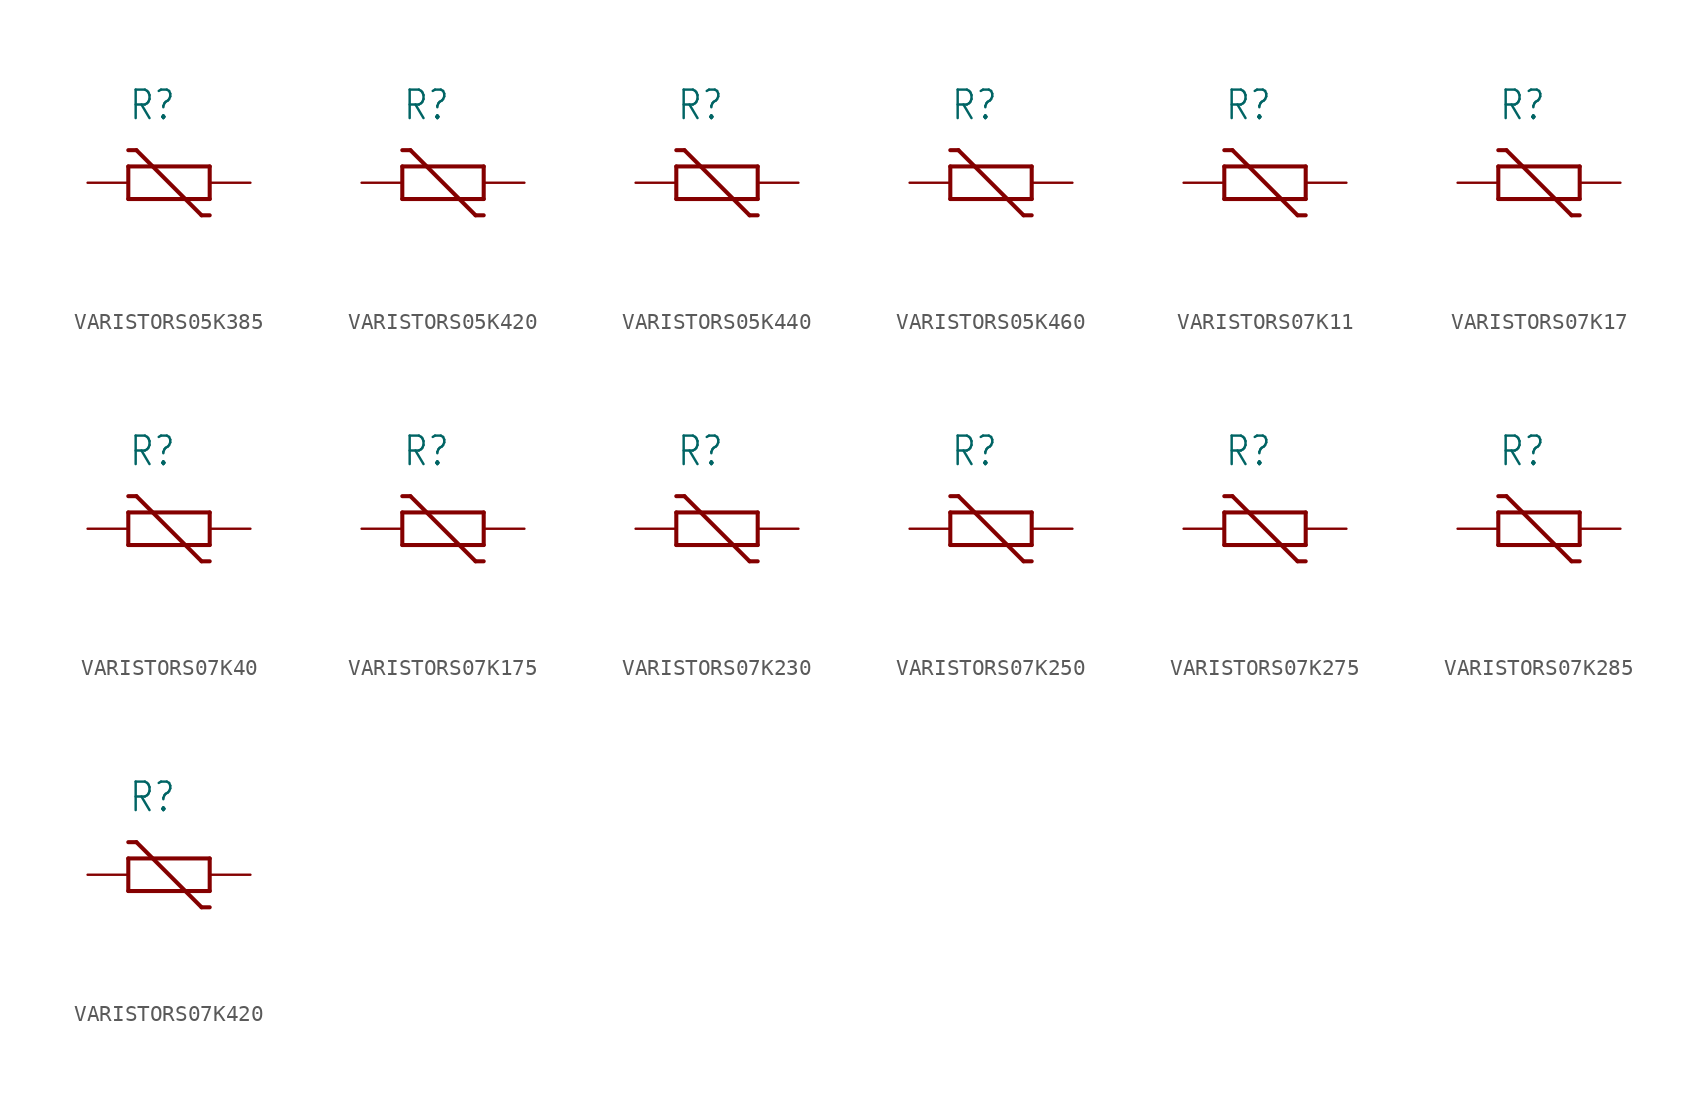
<source format=kicad_sym>
(kicad_symbol_lib
  (version 20241209)
  (generator "kicad_symbol_editor")
  (generator_version "9.0")
  (symbol "VARISTORS05K385"
    (property "Reference" "R"
      (at -2.54 3.81 0)
      (effects (font (size 1.778 1.511)) (justify left bottom)))
    (property "Value" ""
      (at -2.54 -6.35 0)
      (effects (font (size 1.778 1.511)) (justify left bottom)))
    (property "ki_locked" ""
      (at 0 0 0)
      (effects (font (size 1.27 1.27))))
    (symbol "VARISTORS05K385_1_0"
      (polyline (pts (xy -2.54 1.016) (xy 2.54 1.016)) (stroke (width 0.254) (type solid)) (fill (type none)))
      (polyline (pts (xy -2.54 -1.016) (xy -2.54 1.016)) (stroke (width 0.254) (type solid)) (fill (type none)))
      (polyline (pts (xy -2.032 2.032) (xy -2.54 2.032)) (stroke (width 0.254) (type solid)) (fill (type none)))
      (polyline (pts (xy 2.032 -2.032) (xy -2.032 2.032)) (stroke (width 0.254) (type solid)) (fill (type none)))
      (polyline (pts (xy 2.54 1.016) (xy 2.54 -1.016)) (stroke (width 0.254) (type solid)) (fill (type none)))
      (polyline (pts (xy 2.54 -1.016) (xy -2.54 -1.016)) (stroke (width 0.254) (type solid)) (fill (type none)))
      (polyline (pts (xy 2.54 -2.032) (xy 2.032 -2.032)) (stroke (width 0.254) (type solid)) (fill (type none)))
      (pin passive line (at -5.08 0 0) (length 2.54) (name "2" (effects (font (size 0 0)))) (number "2" (effects (font (size 0 0)))))
      (pin passive line (at 5.08 0 180) (length 2.54) (name "1" (effects (font (size 0 0)))) (number "1" (effects (font (size 0 0)))))))
  (symbol "VARISTORS05K420"
    (property "Reference" "R"
      (at -2.54 3.81 0)
      (effects (font (size 1.778 1.511)) (justify left bottom)))
    (property "Value" ""
      (at -2.54 -6.35 0)
      (effects (font (size 1.778 1.511)) (justify left bottom)))
    (property "ki_locked" ""
      (at 0 0 0)
      (effects (font (size 1.27 1.27))))
    (symbol "VARISTORS05K420_1_0"
      (polyline (pts (xy -2.54 1.016) (xy 2.54 1.016)) (stroke (width 0.254) (type solid)) (fill (type none)))
      (polyline (pts (xy -2.54 -1.016) (xy -2.54 1.016)) (stroke (width 0.254) (type solid)) (fill (type none)))
      (polyline (pts (xy -2.032 2.032) (xy -2.54 2.032)) (stroke (width 0.254) (type solid)) (fill (type none)))
      (polyline (pts (xy 2.032 -2.032) (xy -2.032 2.032)) (stroke (width 0.254) (type solid)) (fill (type none)))
      (polyline (pts (xy 2.54 1.016) (xy 2.54 -1.016)) (stroke (width 0.254) (type solid)) (fill (type none)))
      (polyline (pts (xy 2.54 -1.016) (xy -2.54 -1.016)) (stroke (width 0.254) (type solid)) (fill (type none)))
      (polyline (pts (xy 2.54 -2.032) (xy 2.032 -2.032)) (stroke (width 0.254) (type solid)) (fill (type none)))
      (pin passive line (at -5.08 0 0) (length 2.54) (name "2" (effects (font (size 0 0)))) (number "2" (effects (font (size 0 0)))))
      (pin passive line (at 5.08 0 180) (length 2.54) (name "1" (effects (font (size 0 0)))) (number "1" (effects (font (size 0 0)))))))
  (symbol "VARISTORS05K440"
    (property "Reference" "R"
      (at -2.54 3.81 0)
      (effects (font (size 1.778 1.511)) (justify left bottom)))
    (property "Value" ""
      (at -2.54 -6.35 0)
      (effects (font (size 1.778 1.511)) (justify left bottom)))
    (property "ki_locked" ""
      (at 0 0 0)
      (effects (font (size 1.27 1.27))))
    (symbol "VARISTORS05K440_1_0"
      (polyline (pts (xy -2.54 1.016) (xy 2.54 1.016)) (stroke (width 0.254) (type solid)) (fill (type none)))
      (polyline (pts (xy -2.54 -1.016) (xy -2.54 1.016)) (stroke (width 0.254) (type solid)) (fill (type none)))
      (polyline (pts (xy -2.032 2.032) (xy -2.54 2.032)) (stroke (width 0.254) (type solid)) (fill (type none)))
      (polyline (pts (xy 2.032 -2.032) (xy -2.032 2.032)) (stroke (width 0.254) (type solid)) (fill (type none)))
      (polyline (pts (xy 2.54 1.016) (xy 2.54 -1.016)) (stroke (width 0.254) (type solid)) (fill (type none)))
      (polyline (pts (xy 2.54 -1.016) (xy -2.54 -1.016)) (stroke (width 0.254) (type solid)) (fill (type none)))
      (polyline (pts (xy 2.54 -2.032) (xy 2.032 -2.032)) (stroke (width 0.254) (type solid)) (fill (type none)))
      (pin passive line (at -5.08 0 0) (length 2.54) (name "2" (effects (font (size 0 0)))) (number "2" (effects (font (size 0 0)))))
      (pin passive line (at 5.08 0 180) (length 2.54) (name "1" (effects (font (size 0 0)))) (number "1" (effects (font (size 0 0)))))))
  (symbol "VARISTORS05K460"
    (property "Reference" "R"
      (at -2.54 3.81 0)
      (effects (font (size 1.778 1.511)) (justify left bottom)))
    (property "Value" ""
      (at -2.54 -6.35 0)
      (effects (font (size 1.778 1.511)) (justify left bottom)))
    (property "ki_locked" ""
      (at 0 0 0)
      (effects (font (size 1.27 1.27))))
    (symbol "VARISTORS05K460_1_0"
      (polyline (pts (xy -2.54 1.016) (xy 2.54 1.016)) (stroke (width 0.254) (type solid)) (fill (type none)))
      (polyline (pts (xy -2.54 -1.016) (xy -2.54 1.016)) (stroke (width 0.254) (type solid)) (fill (type none)))
      (polyline (pts (xy -2.032 2.032) (xy -2.54 2.032)) (stroke (width 0.254) (type solid)) (fill (type none)))
      (polyline (pts (xy 2.032 -2.032) (xy -2.032 2.032)) (stroke (width 0.254) (type solid)) (fill (type none)))
      (polyline (pts (xy 2.54 1.016) (xy 2.54 -1.016)) (stroke (width 0.254) (type solid)) (fill (type none)))
      (polyline (pts (xy 2.54 -1.016) (xy -2.54 -1.016)) (stroke (width 0.254) (type solid)) (fill (type none)))
      (polyline (pts (xy 2.54 -2.032) (xy 2.032 -2.032)) (stroke (width 0.254) (type solid)) (fill (type none)))
      (pin passive line (at -5.08 0 0) (length 2.54) (name "2" (effects (font (size 0 0)))) (number "2" (effects (font (size 0 0)))))
      (pin passive line (at 5.08 0 180) (length 2.54) (name "1" (effects (font (size 0 0)))) (number "1" (effects (font (size 0 0)))))))
  (symbol "VARISTORS07K11"
    (property "Reference" "R"
      (at -2.54 3.81 0)
      (effects (font (size 1.778 1.511)) (justify left bottom)))
    (property "Value" ""
      (at -2.54 -6.35 0)
      (effects (font (size 1.778 1.511)) (justify left bottom)))
    (property "ki_locked" ""
      (at 0 0 0)
      (effects (font (size 1.27 1.27))))
    (symbol "VARISTORS07K11_1_0"
      (polyline (pts (xy -2.54 1.016) (xy 2.54 1.016)) (stroke (width 0.254) (type solid)) (fill (type none)))
      (polyline (pts (xy -2.54 -1.016) (xy -2.54 1.016)) (stroke (width 0.254) (type solid)) (fill (type none)))
      (polyline (pts (xy -2.032 2.032) (xy -2.54 2.032)) (stroke (width 0.254) (type solid)) (fill (type none)))
      (polyline (pts (xy 2.032 -2.032) (xy -2.032 2.032)) (stroke (width 0.254) (type solid)) (fill (type none)))
      (polyline (pts (xy 2.54 1.016) (xy 2.54 -1.016)) (stroke (width 0.254) (type solid)) (fill (type none)))
      (polyline (pts (xy 2.54 -1.016) (xy -2.54 -1.016)) (stroke (width 0.254) (type solid)) (fill (type none)))
      (polyline (pts (xy 2.54 -2.032) (xy 2.032 -2.032)) (stroke (width 0.254) (type solid)) (fill (type none)))
      (pin passive line (at -5.08 0 0) (length 2.54) (name "2" (effects (font (size 0 0)))) (number "2" (effects (font (size 0 0)))))
      (pin passive line (at 5.08 0 180) (length 2.54) (name "1" (effects (font (size 0 0)))) (number "1" (effects (font (size 0 0)))))))
  (symbol "VARISTORS07K17"
    (property "Reference" "R"
      (at -2.54 3.81 0)
      (effects (font (size 1.778 1.511)) (justify left bottom)))
    (property "Value" ""
      (at -2.54 -6.35 0)
      (effects (font (size 1.778 1.511)) (justify left bottom)))
    (property "ki_locked" ""
      (at 0 0 0)
      (effects (font (size 1.27 1.27))))
    (symbol "VARISTORS07K17_1_0"
      (polyline (pts (xy -2.54 1.016) (xy 2.54 1.016)) (stroke (width 0.254) (type solid)) (fill (type none)))
      (polyline (pts (xy -2.54 -1.016) (xy -2.54 1.016)) (stroke (width 0.254) (type solid)) (fill (type none)))
      (polyline (pts (xy -2.032 2.032) (xy -2.54 2.032)) (stroke (width 0.254) (type solid)) (fill (type none)))
      (polyline (pts (xy 2.032 -2.032) (xy -2.032 2.032)) (stroke (width 0.254) (type solid)) (fill (type none)))
      (polyline (pts (xy 2.54 1.016) (xy 2.54 -1.016)) (stroke (width 0.254) (type solid)) (fill (type none)))
      (polyline (pts (xy 2.54 -1.016) (xy -2.54 -1.016)) (stroke (width 0.254) (type solid)) (fill (type none)))
      (polyline (pts (xy 2.54 -2.032) (xy 2.032 -2.032)) (stroke (width 0.254) (type solid)) (fill (type none)))
      (pin passive line (at -5.08 0 0) (length 2.54) (name "2" (effects (font (size 0 0)))) (number "2" (effects (font (size 0 0)))))
      (pin passive line (at 5.08 0 180) (length 2.54) (name "1" (effects (font (size 0 0)))) (number "1" (effects (font (size 0 0)))))))
  (symbol "VARISTORS07K40"
    (property "Reference" "R"
      (at -2.54 3.81 0)
      (effects (font (size 1.778 1.511)) (justify left bottom)))
    (property "Value" ""
      (at -2.54 -6.35 0)
      (effects (font (size 1.778 1.511)) (justify left bottom)))
    (property "ki_locked" ""
      (at 0 0 0)
      (effects (font (size 1.27 1.27))))
    (symbol "VARISTORS07K40_1_0"
      (polyline (pts (xy -2.54 1.016) (xy 2.54 1.016)) (stroke (width 0.254) (type solid)) (fill (type none)))
      (polyline (pts (xy -2.54 -1.016) (xy -2.54 1.016)) (stroke (width 0.254) (type solid)) (fill (type none)))
      (polyline (pts (xy -2.032 2.032) (xy -2.54 2.032)) (stroke (width 0.254) (type solid)) (fill (type none)))
      (polyline (pts (xy 2.032 -2.032) (xy -2.032 2.032)) (stroke (width 0.254) (type solid)) (fill (type none)))
      (polyline (pts (xy 2.54 1.016) (xy 2.54 -1.016)) (stroke (width 0.254) (type solid)) (fill (type none)))
      (polyline (pts (xy 2.54 -1.016) (xy -2.54 -1.016)) (stroke (width 0.254) (type solid)) (fill (type none)))
      (polyline (pts (xy 2.54 -2.032) (xy 2.032 -2.032)) (stroke (width 0.254) (type solid)) (fill (type none)))
      (pin passive line (at -5.08 0 0) (length 2.54) (name "2" (effects (font (size 0 0)))) (number "2" (effects (font (size 0 0)))))
      (pin passive line (at 5.08 0 180) (length 2.54) (name "1" (effects (font (size 0 0)))) (number "1" (effects (font (size 0 0)))))))
  (symbol "VARISTORS07K175"
    (property "Reference" "R"
      (at -2.54 3.81 0)
      (effects (font (size 1.778 1.511)) (justify left bottom)))
    (property "Value" ""
      (at -2.54 -6.35 0)
      (effects (font (size 1.778 1.511)) (justify left bottom)))
    (property "ki_locked" ""
      (at 0 0 0)
      (effects (font (size 1.27 1.27))))
    (symbol "VARISTORS07K175_1_0"
      (polyline (pts (xy -2.54 1.016) (xy 2.54 1.016)) (stroke (width 0.254) (type solid)) (fill (type none)))
      (polyline (pts (xy -2.54 -1.016) (xy -2.54 1.016)) (stroke (width 0.254) (type solid)) (fill (type none)))
      (polyline (pts (xy -2.032 2.032) (xy -2.54 2.032)) (stroke (width 0.254) (type solid)) (fill (type none)))
      (polyline (pts (xy 2.032 -2.032) (xy -2.032 2.032)) (stroke (width 0.254) (type solid)) (fill (type none)))
      (polyline (pts (xy 2.54 1.016) (xy 2.54 -1.016)) (stroke (width 0.254) (type solid)) (fill (type none)))
      (polyline (pts (xy 2.54 -1.016) (xy -2.54 -1.016)) (stroke (width 0.254) (type solid)) (fill (type none)))
      (polyline (pts (xy 2.54 -2.032) (xy 2.032 -2.032)) (stroke (width 0.254) (type solid)) (fill (type none)))
      (pin passive line (at -5.08 0 0) (length 2.54) (name "2" (effects (font (size 0 0)))) (number "2" (effects (font (size 0 0)))))
      (pin passive line (at 5.08 0 180) (length 2.54) (name "1" (effects (font (size 0 0)))) (number "1" (effects (font (size 0 0)))))))
  (symbol "VARISTORS07K230"
    (property "Reference" "R"
      (at -2.54 3.81 0)
      (effects (font (size 1.778 1.511)) (justify left bottom)))
    (property "Value" ""
      (at -2.54 -6.35 0)
      (effects (font (size 1.778 1.511)) (justify left bottom)))
    (property "ki_locked" ""
      (at 0 0 0)
      (effects (font (size 1.27 1.27))))
    (symbol "VARISTORS07K230_1_0"
      (polyline (pts (xy -2.54 1.016) (xy 2.54 1.016)) (stroke (width 0.254) (type solid)) (fill (type none)))
      (polyline (pts (xy -2.54 -1.016) (xy -2.54 1.016)) (stroke (width 0.254) (type solid)) (fill (type none)))
      (polyline (pts (xy -2.032 2.032) (xy -2.54 2.032)) (stroke (width 0.254) (type solid)) (fill (type none)))
      (polyline (pts (xy 2.032 -2.032) (xy -2.032 2.032)) (stroke (width 0.254) (type solid)) (fill (type none)))
      (polyline (pts (xy 2.54 1.016) (xy 2.54 -1.016)) (stroke (width 0.254) (type solid)) (fill (type none)))
      (polyline (pts (xy 2.54 -1.016) (xy -2.54 -1.016)) (stroke (width 0.254) (type solid)) (fill (type none)))
      (polyline (pts (xy 2.54 -2.032) (xy 2.032 -2.032)) (stroke (width 0.254) (type solid)) (fill (type none)))
      (pin passive line (at -5.08 0 0) (length 2.54) (name "2" (effects (font (size 0 0)))) (number "2" (effects (font (size 0 0)))))
      (pin passive line (at 5.08 0 180) (length 2.54) (name "1" (effects (font (size 0 0)))) (number "1" (effects (font (size 0 0)))))))
  (symbol "VARISTORS07K250"
    (property "Reference" "R"
      (at -2.54 3.81 0)
      (effects (font (size 1.778 1.511)) (justify left bottom)))
    (property "Value" ""
      (at -2.54 -6.35 0)
      (effects (font (size 1.778 1.511)) (justify left bottom)))
    (property "ki_locked" ""
      (at 0 0 0)
      (effects (font (size 1.27 1.27))))
    (symbol "VARISTORS07K250_1_0"
      (polyline (pts (xy -2.54 1.016) (xy 2.54 1.016)) (stroke (width 0.254) (type solid)) (fill (type none)))
      (polyline (pts (xy -2.54 -1.016) (xy -2.54 1.016)) (stroke (width 0.254) (type solid)) (fill (type none)))
      (polyline (pts (xy -2.032 2.032) (xy -2.54 2.032)) (stroke (width 0.254) (type solid)) (fill (type none)))
      (polyline (pts (xy 2.032 -2.032) (xy -2.032 2.032)) (stroke (width 0.254) (type solid)) (fill (type none)))
      (polyline (pts (xy 2.54 1.016) (xy 2.54 -1.016)) (stroke (width 0.254) (type solid)) (fill (type none)))
      (polyline (pts (xy 2.54 -1.016) (xy -2.54 -1.016)) (stroke (width 0.254) (type solid)) (fill (type none)))
      (polyline (pts (xy 2.54 -2.032) (xy 2.032 -2.032)) (stroke (width 0.254) (type solid)) (fill (type none)))
      (pin passive line (at -5.08 0 0) (length 2.54) (name "2" (effects (font (size 0 0)))) (number "2" (effects (font (size 0 0)))))
      (pin passive line (at 5.08 0 180) (length 2.54) (name "1" (effects (font (size 0 0)))) (number "1" (effects (font (size 0 0)))))))
  (symbol "VARISTORS07K275"
    (property "Reference" "R"
      (at -2.54 3.81 0)
      (effects (font (size 1.778 1.511)) (justify left bottom)))
    (property "Value" ""
      (at -2.54 -6.35 0)
      (effects (font (size 1.778 1.511)) (justify left bottom)))
    (property "ki_locked" ""
      (at 0 0 0)
      (effects (font (size 1.27 1.27))))
    (symbol "VARISTORS07K275_1_0"
      (polyline (pts (xy -2.54 1.016) (xy 2.54 1.016)) (stroke (width 0.254) (type solid)) (fill (type none)))
      (polyline (pts (xy -2.54 -1.016) (xy -2.54 1.016)) (stroke (width 0.254) (type solid)) (fill (type none)))
      (polyline (pts (xy -2.032 2.032) (xy -2.54 2.032)) (stroke (width 0.254) (type solid)) (fill (type none)))
      (polyline (pts (xy 2.032 -2.032) (xy -2.032 2.032)) (stroke (width 0.254) (type solid)) (fill (type none)))
      (polyline (pts (xy 2.54 1.016) (xy 2.54 -1.016)) (stroke (width 0.254) (type solid)) (fill (type none)))
      (polyline (pts (xy 2.54 -1.016) (xy -2.54 -1.016)) (stroke (width 0.254) (type solid)) (fill (type none)))
      (polyline (pts (xy 2.54 -2.032) (xy 2.032 -2.032)) (stroke (width 0.254) (type solid)) (fill (type none)))
      (pin passive line (at -5.08 0 0) (length 2.54) (name "2" (effects (font (size 0 0)))) (number "2" (effects (font (size 0 0)))))
      (pin passive line (at 5.08 0 180) (length 2.54) (name "1" (effects (font (size 0 0)))) (number "1" (effects (font (size 0 0)))))))
  (symbol "VARISTORS07K285"
    (property "Reference" "R"
      (at -2.54 3.81 0)
      (effects (font (size 1.778 1.511)) (justify left bottom)))
    (property "Value" ""
      (at -2.54 -6.35 0)
      (effects (font (size 1.778 1.511)) (justify left bottom)))
    (property "ki_locked" ""
      (at 0 0 0)
      (effects (font (size 1.27 1.27))))
    (symbol "VARISTORS07K285_1_0"
      (polyline (pts (xy -2.54 1.016) (xy 2.54 1.016)) (stroke (width 0.254) (type solid)) (fill (type none)))
      (polyline (pts (xy -2.54 -1.016) (xy -2.54 1.016)) (stroke (width 0.254) (type solid)) (fill (type none)))
      (polyline (pts (xy -2.032 2.032) (xy -2.54 2.032)) (stroke (width 0.254) (type solid)) (fill (type none)))
      (polyline (pts (xy 2.032 -2.032) (xy -2.032 2.032)) (stroke (width 0.254) (type solid)) (fill (type none)))
      (polyline (pts (xy 2.54 1.016) (xy 2.54 -1.016)) (stroke (width 0.254) (type solid)) (fill (type none)))
      (polyline (pts (xy 2.54 -1.016) (xy -2.54 -1.016)) (stroke (width 0.254) (type solid)) (fill (type none)))
      (polyline (pts (xy 2.54 -2.032) (xy 2.032 -2.032)) (stroke (width 0.254) (type solid)) (fill (type none)))
      (pin passive line (at -5.08 0 0) (length 2.54) (name "2" (effects (font (size 0 0)))) (number "2" (effects (font (size 0 0)))))
      (pin passive line (at 5.08 0 180) (length 2.54) (name "1" (effects (font (size 0 0)))) (number "1" (effects (font (size 0 0)))))))
  (symbol "VARISTORS07K420"
    (property "Reference" "R"
      (at -2.54 3.81 0)
      (effects (font (size 1.778 1.511)) (justify left bottom)))
    (property "Value" ""
      (at -2.54 -6.35 0)
      (effects (font (size 1.778 1.511)) (justify left bottom)))
    (property "ki_locked" ""
      (at 0 0 0)
      (effects (font (size 1.27 1.27))))
    (symbol "VARISTORS07K420_1_0"
      (polyline (pts (xy -2.54 1.016) (xy 2.54 1.016)) (stroke (width 0.254) (type solid)) (fill (type none)))
      (polyline (pts (xy -2.54 -1.016) (xy -2.54 1.016)) (stroke (width 0.254) (type solid)) (fill (type none)))
      (polyline (pts (xy -2.032 2.032) (xy -2.54 2.032)) (stroke (width 0.254) (type solid)) (fill (type none)))
      (polyline (pts (xy 2.032 -2.032) (xy -2.032 2.032)) (stroke (width 0.254) (type solid)) (fill (type none)))
      (polyline (pts (xy 2.54 1.016) (xy 2.54 -1.016)) (stroke (width 0.254) (type solid)) (fill (type none)))
      (polyline (pts (xy 2.54 -1.016) (xy -2.54 -1.016)) (stroke (width 0.254) (type solid)) (fill (type none)))
      (polyline (pts (xy 2.54 -2.032) (xy 2.032 -2.032)) (stroke (width 0.254) (type solid)) (fill (type none)))
      (pin passive line (at -5.08 0 0) (length 2.54) (name "2" (effects (font (size 0 0)))) (number "2" (effects (font (size 0 0)))))
      (pin passive line (at 5.08 0 180) (length 2.54) (name "1" (effects (font (size 0 0)))) (number "1" (effects (font (size 0 0))))))))
</source>
